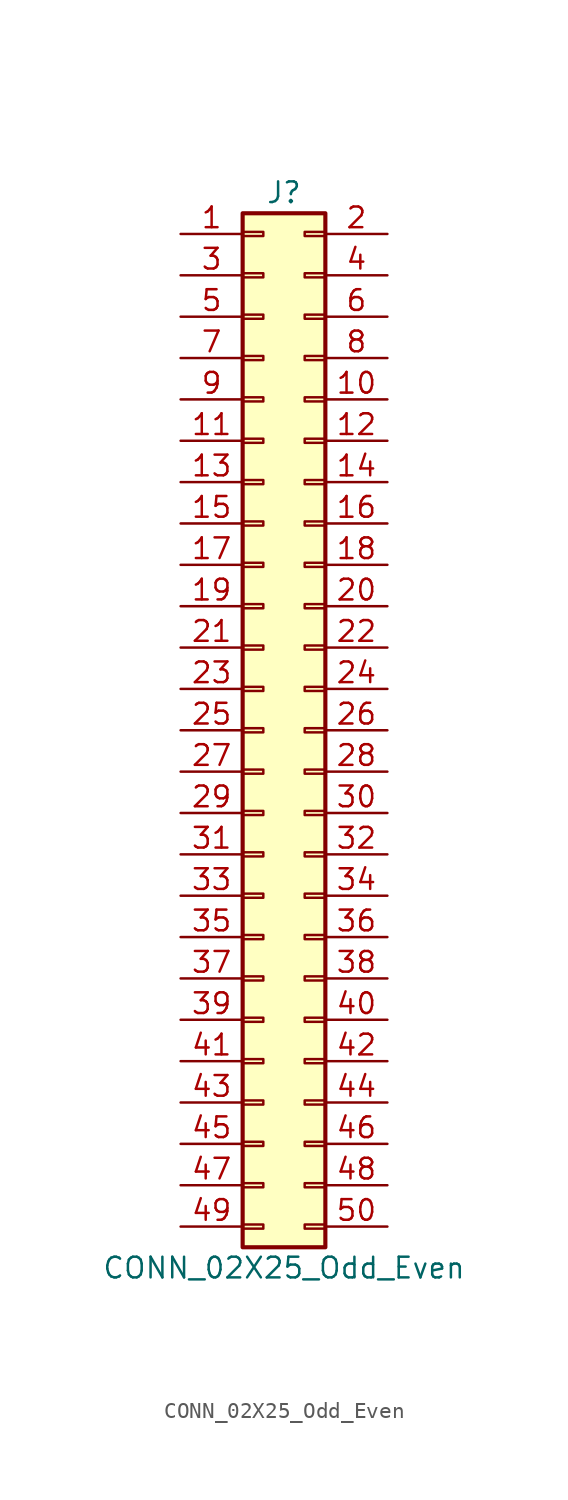
<source format=kicad_sym>
(kicad_symbol_lib
  (version 20211014)
  (generator kicad_symbol_editor)
  (symbol "CONN_02X25_Odd_Even"
    (pin_names
      (offset 1.016) hide)
    (property "Reference" "J"
      (at 1.27 33.02 0)
      (effects (font (size 1.27 1.27))))
    (property "Value" "CONN_02X25_Odd_Even"
      (at 1.27 -33.02 0)
      (effects (font (size 1.27 1.27))))
    (symbol "CONN_02X25_Odd_Even_1_1"
      (rectangle (start -1.27 -30.353) (end 0 -30.607) (stroke (width 0.152) (type default) (color 0 0 0 0)) (fill (type none)))
      (rectangle (start -1.27 -27.813) (end 0 -28.067) (stroke (width 0.152) (type default) (color 0 0 0 0)) (fill (type none)))
      (rectangle (start -1.27 -25.273) (end 0 -25.527) (stroke (width 0.152) (type default) (color 0 0 0 0)) (fill (type none)))
      (rectangle (start -1.27 -22.733) (end 0 -22.987) (stroke (width 0.152) (type default) (color 0 0 0 0)) (fill (type none)))
      (rectangle (start -1.27 -20.193) (end 0 -20.447) (stroke (width 0.152) (type default) (color 0 0 0 0)) (fill (type none)))
      (rectangle (start -1.27 -17.653) (end 0 -17.907) (stroke (width 0.152) (type default) (color 0 0 0 0)) (fill (type none)))
      (rectangle (start -1.27 -15.113) (end 0 -15.367) (stroke (width 0.152) (type default) (color 0 0 0 0)) (fill (type none)))
      (rectangle (start -1.27 -12.573) (end 0 -12.827) (stroke (width 0.152) (type default) (color 0 0 0 0)) (fill (type none)))
      (rectangle (start -1.27 -10.033) (end 0 -10.287) (stroke (width 0.152) (type default) (color 0 0 0 0)) (fill (type none)))
      (rectangle (start -1.27 -7.493) (end 0 -7.747) (stroke (width 0.152) (type default) (color 0 0 0 0)) (fill (type none)))
      (rectangle (start -1.27 -4.953) (end 0 -5.207) (stroke (width 0.152) (type default) (color 0 0 0 0)) (fill (type none)))
      (rectangle (start -1.27 -2.413) (end 0 -2.667) (stroke (width 0.152) (type default) (color 0 0 0 0)) (fill (type none)))
      (rectangle (start -1.27 0.127) (end 0 -0.127) (stroke (width 0.152) (type default) (color 0 0 0 0)) (fill (type none)))
      (rectangle (start -1.27 2.667) (end 0 2.413) (stroke (width 0.152) (type default) (color 0 0 0 0)) (fill (type none)))
      (rectangle (start -1.27 5.207) (end 0 4.953) (stroke (width 0.152) (type default) (color 0 0 0 0)) (fill (type none)))
      (rectangle (start -1.27 7.747) (end 0 7.493) (stroke (width 0.152) (type default) (color 0 0 0 0)) (fill (type none)))
      (rectangle (start -1.27 10.287) (end 0 10.033) (stroke (width 0.152) (type default) (color 0 0 0 0)) (fill (type none)))
      (rectangle (start -1.27 12.827) (end 0 12.573) (stroke (width 0.152) (type default) (color 0 0 0 0)) (fill (type none)))
      (rectangle (start -1.27 15.367) (end 0 15.113) (stroke (width 0.152) (type default) (color 0 0 0 0)) (fill (type none)))
      (rectangle (start -1.27 17.907) (end 0 17.653) (stroke (width 0.152) (type default) (color 0 0 0 0)) (fill (type none)))
      (rectangle (start -1.27 20.447) (end 0 20.193) (stroke (width 0.152) (type default) (color 0 0 0 0)) (fill (type none)))
      (rectangle (start -1.27 22.987) (end 0 22.733) (stroke (width 0.152) (type default) (color 0 0 0 0)) (fill (type none)))
      (rectangle (start -1.27 25.527) (end 0 25.273) (stroke (width 0.152) (type default) (color 0 0 0 0)) (fill (type none)))
      (rectangle (start -1.27 28.067) (end 0 27.813) (stroke (width 0.152) (type default) (color 0 0 0 0)) (fill (type none)))
      (rectangle (start -1.27 30.607) (end 0 30.353) (stroke (width 0.152) (type default) (color 0 0 0 0)) (fill (type none)))
      (rectangle (start -1.27 31.75) (end 3.81 -31.75) (stroke (width 0.254) (type default) (color 0 0 0 0)) (fill (type background)))
      (rectangle (start 3.81 -30.353) (end 2.54 -30.607) (stroke (width 0.152) (type default) (color 0 0 0 0)) (fill (type none)))
      (rectangle (start 3.81 -27.813) (end 2.54 -28.067) (stroke (width 0.152) (type default) (color 0 0 0 0)) (fill (type none)))
      (rectangle (start 3.81 -25.273) (end 2.54 -25.527) (stroke (width 0.152) (type default) (color 0 0 0 0)) (fill (type none)))
      (rectangle (start 3.81 -22.733) (end 2.54 -22.987) (stroke (width 0.152) (type default) (color 0 0 0 0)) (fill (type none)))
      (rectangle (start 3.81 -20.193) (end 2.54 -20.447) (stroke (width 0.152) (type default) (color 0 0 0 0)) (fill (type none)))
      (rectangle (start 3.81 -17.653) (end 2.54 -17.907) (stroke (width 0.152) (type default) (color 0 0 0 0)) (fill (type none)))
      (rectangle (start 3.81 -15.113) (end 2.54 -15.367) (stroke (width 0.152) (type default) (color 0 0 0 0)) (fill (type none)))
      (rectangle (start 3.81 -12.573) (end 2.54 -12.827) (stroke (width 0.152) (type default) (color 0 0 0 0)) (fill (type none)))
      (rectangle (start 3.81 -10.033) (end 2.54 -10.287) (stroke (width 0.152) (type default) (color 0 0 0 0)) (fill (type none)))
      (rectangle (start 3.81 -7.493) (end 2.54 -7.747) (stroke (width 0.152) (type default) (color 0 0 0 0)) (fill (type none)))
      (rectangle (start 3.81 -4.953) (end 2.54 -5.207) (stroke (width 0.152) (type default) (color 0 0 0 0)) (fill (type none)))
      (rectangle (start 3.81 -2.413) (end 2.54 -2.667) (stroke (width 0.152) (type default) (color 0 0 0 0)) (fill (type none)))
      (rectangle (start 3.81 0.127) (end 2.54 -0.127) (stroke (width 0.152) (type default) (color 0 0 0 0)) (fill (type none)))
      (rectangle (start 3.81 2.667) (end 2.54 2.413) (stroke (width 0.152) (type default) (color 0 0 0 0)) (fill (type none)))
      (rectangle (start 3.81 5.207) (end 2.54 4.953) (stroke (width 0.152) (type default) (color 0 0 0 0)) (fill (type none)))
      (rectangle (start 3.81 7.747) (end 2.54 7.493) (stroke (width 0.152) (type default) (color 0 0 0 0)) (fill (type none)))
      (rectangle (start 3.81 10.287) (end 2.54 10.033) (stroke (width 0.152) (type default) (color 0 0 0 0)) (fill (type none)))
      (rectangle (start 3.81 12.827) (end 2.54 12.573) (stroke (width 0.152) (type default) (color 0 0 0 0)) (fill (type none)))
      (rectangle (start 3.81 15.367) (end 2.54 15.113) (stroke (width 0.152) (type default) (color 0 0 0 0)) (fill (type none)))
      (rectangle (start 3.81 17.907) (end 2.54 17.653) (stroke (width 0.152) (type default) (color 0 0 0 0)) (fill (type none)))
      (rectangle (start 3.81 20.447) (end 2.54 20.193) (stroke (width 0.152) (type default) (color 0 0 0 0)) (fill (type none)))
      (rectangle (start 3.81 22.987) (end 2.54 22.733) (stroke (width 0.152) (type default) (color 0 0 0 0)) (fill (type none)))
      (rectangle (start 3.81 25.527) (end 2.54 25.273) (stroke (width 0.152) (type default) (color 0 0 0 0)) (fill (type none)))
      (rectangle (start 3.81 28.067) (end 2.54 27.813) (stroke (width 0.152) (type default) (color 0 0 0 0)) (fill (type none)))
      (rectangle (start 3.81 30.607) (end 2.54 30.353) (stroke (width 0.152) (type default) (color 0 0 0 0)) (fill (type none)))
      (pin passive line (at -5.08 30.48 0) (length 3.81) (name "Pin_1" (effects (font (size 1.27 1.27)))) (number "1" (effects (font (size 1.27 1.27)))))
      (pin passive line (at 7.62 20.32 180) (length 3.81) (name "Pin_10" (effects (font (size 1.27 1.27)))) (number "10" (effects (font (size 1.27 1.27)))))
      (pin passive line (at -5.08 17.78 0) (length 3.81) (name "Pin_11" (effects (font (size 1.27 1.27)))) (number "11" (effects (font (size 1.27 1.27)))))
      (pin passive line (at 7.62 17.78 180) (length 3.81) (name "Pin_12" (effects (font (size 1.27 1.27)))) (number "12" (effects (font (size 1.27 1.27)))))
      (pin passive line (at -5.08 15.24 0) (length 3.81) (name "Pin_13" (effects (font (size 1.27 1.27)))) (number "13" (effects (font (size 1.27 1.27)))))
      (pin passive line (at 7.62 15.24 180) (length 3.81) (name "Pin_14" (effects (font (size 1.27 1.27)))) (number "14" (effects (font (size 1.27 1.27)))))
      (pin passive line (at -5.08 12.7 0) (length 3.81) (name "Pin_15" (effects (font (size 1.27 1.27)))) (number "15" (effects (font (size 1.27 1.27)))))
      (pin passive line (at 7.62 12.7 180) (length 3.81) (name "Pin_16" (effects (font (size 1.27 1.27)))) (number "16" (effects (font (size 1.27 1.27)))))
      (pin passive line (at -5.08 10.16 0) (length 3.81) (name "Pin_17" (effects (font (size 1.27 1.27)))) (number "17" (effects (font (size 1.27 1.27)))))
      (pin passive line (at 7.62 10.16 180) (length 3.81) (name "Pin_18" (effects (font (size 1.27 1.27)))) (number "18" (effects (font (size 1.27 1.27)))))
      (pin passive line (at -5.08 7.62 0) (length 3.81) (name "Pin_19" (effects (font (size 1.27 1.27)))) (number "19" (effects (font (size 1.27 1.27)))))
      (pin passive line (at 7.62 30.48 180) (length 3.81) (name "Pin_2" (effects (font (size 1.27 1.27)))) (number "2" (effects (font (size 1.27 1.27)))))
      (pin passive line (at 7.62 7.62 180) (length 3.81) (name "Pin_20" (effects (font (size 1.27 1.27)))) (number "20" (effects (font (size 1.27 1.27)))))
      (pin passive line (at -5.08 5.08 0) (length 3.81) (name "Pin_21" (effects (font (size 1.27 1.27)))) (number "21" (effects (font (size 1.27 1.27)))))
      (pin passive line (at 7.62 5.08 180) (length 3.81) (name "Pin_22" (effects (font (size 1.27 1.27)))) (number "22" (effects (font (size 1.27 1.27)))))
      (pin passive line (at -5.08 2.54 0) (length 3.81) (name "Pin_23" (effects (font (size 1.27 1.27)))) (number "23" (effects (font (size 1.27 1.27)))))
      (pin passive line (at 7.62 2.54 180) (length 3.81) (name "Pin_24" (effects (font (size 1.27 1.27)))) (number "24" (effects (font (size 1.27 1.27)))))
      (pin passive line (at -5.08 0 0) (length 3.81) (name "Pin_25" (effects (font (size 1.27 1.27)))) (number "25" (effects (font (size 1.27 1.27)))))
      (pin passive line (at 7.62 0 180) (length 3.81) (name "Pin_26" (effects (font (size 1.27 1.27)))) (number "26" (effects (font (size 1.27 1.27)))))
      (pin passive line (at -5.08 -2.54 0) (length 3.81) (name "Pin_27" (effects (font (size 1.27 1.27)))) (number "27" (effects (font (size 1.27 1.27)))))
      (pin passive line (at 7.62 -2.54 180) (length 3.81) (name "Pin_28" (effects (font (size 1.27 1.27)))) (number "28" (effects (font (size 1.27 1.27)))))
      (pin passive line (at -5.08 -5.08 0) (length 3.81) (name "Pin_29" (effects (font (size 1.27 1.27)))) (number "29" (effects (font (size 1.27 1.27)))))
      (pin passive line (at -5.08 27.94 0) (length 3.81) (name "Pin_3" (effects (font (size 1.27 1.27)))) (number "3" (effects (font (size 1.27 1.27)))))
      (pin passive line (at 7.62 -5.08 180) (length 3.81) (name "Pin_30" (effects (font (size 1.27 1.27)))) (number "30" (effects (font (size 1.27 1.27)))))
      (pin passive line (at -5.08 -7.62 0) (length 3.81) (name "Pin_31" (effects (font (size 1.27 1.27)))) (number "31" (effects (font (size 1.27 1.27)))))
      (pin passive line (at 7.62 -7.62 180) (length 3.81) (name "Pin_32" (effects (font (size 1.27 1.27)))) (number "32" (effects (font (size 1.27 1.27)))))
      (pin passive line (at -5.08 -10.16 0) (length 3.81) (name "Pin_33" (effects (font (size 1.27 1.27)))) (number "33" (effects (font (size 1.27 1.27)))))
      (pin passive line (at 7.62 -10.16 180) (length 3.81) (name "Pin_34" (effects (font (size 1.27 1.27)))) (number "34" (effects (font (size 1.27 1.27)))))
      (pin passive line (at -5.08 -12.7 0) (length 3.81) (name "Pin_35" (effects (font (size 1.27 1.27)))) (number "35" (effects (font (size 1.27 1.27)))))
      (pin passive line (at 7.62 -12.7 180) (length 3.81) (name "Pin_36" (effects (font (size 1.27 1.27)))) (number "36" (effects (font (size 1.27 1.27)))))
      (pin passive line (at -5.08 -15.24 0) (length 3.81) (name "Pin_37" (effects (font (size 1.27 1.27)))) (number "37" (effects (font (size 1.27 1.27)))))
      (pin passive line (at 7.62 -15.24 180) (length 3.81) (name "Pin_38" (effects (font (size 1.27 1.27)))) (number "38" (effects (font (size 1.27 1.27)))))
      (pin passive line (at -5.08 -17.78 0) (length 3.81) (name "Pin_39" (effects (font (size 1.27 1.27)))) (number "39" (effects (font (size 1.27 1.27)))))
      (pin passive line (at 7.62 27.94 180) (length 3.81) (name "Pin_4" (effects (font (size 1.27 1.27)))) (number "4" (effects (font (size 1.27 1.27)))))
      (pin passive line (at 7.62 -17.78 180) (length 3.81) (name "Pin_40" (effects (font (size 1.27 1.27)))) (number "40" (effects (font (size 1.27 1.27)))))
      (pin passive line (at -5.08 -20.32 0) (length 3.81) (name "Pin_41" (effects (font (size 1.27 1.27)))) (number "41" (effects (font (size 1.27 1.27)))))
      (pin passive line (at 7.62 -20.32 180) (length 3.81) (name "Pin_42" (effects (font (size 1.27 1.27)))) (number "42" (effects (font (size 1.27 1.27)))))
      (pin passive line (at -5.08 -22.86 0) (length 3.81) (name "Pin_43" (effects (font (size 1.27 1.27)))) (number "43" (effects (font (size 1.27 1.27)))))
      (pin passive line (at 7.62 -22.86 180) (length 3.81) (name "Pin_44" (effects (font (size 1.27 1.27)))) (number "44" (effects (font (size 1.27 1.27)))))
      (pin passive line (at -5.08 -25.4 0) (length 3.81) (name "Pin_45" (effects (font (size 1.27 1.27)))) (number "45" (effects (font (size 1.27 1.27)))))
      (pin passive line (at 7.62 -25.4 180) (length 3.81) (name "Pin_46" (effects (font (size 1.27 1.27)))) (number "46" (effects (font (size 1.27 1.27)))))
      (pin passive line (at -5.08 -27.94 0) (length 3.81) (name "Pin_47" (effects (font (size 1.27 1.27)))) (number "47" (effects (font (size 1.27 1.27)))))
      (pin passive line (at 7.62 -27.94 180) (length 3.81) (name "Pin_48" (effects (font (size 1.27 1.27)))) (number "48" (effects (font (size 1.27 1.27)))))
      (pin passive line (at -5.08 -30.48 0) (length 3.81) (name "Pin_49" (effects (font (size 1.27 1.27)))) (number "49" (effects (font (size 1.27 1.27)))))
      (pin passive line (at -5.08 25.4 0) (length 3.81) (name "Pin_5" (effects (font (size 1.27 1.27)))) (number "5" (effects (font (size 1.27 1.27)))))
      (pin passive line (at 7.62 -30.48 180) (length 3.81) (name "Pin_50" (effects (font (size 1.27 1.27)))) (number "50" (effects (font (size 1.27 1.27)))))
      (pin passive line (at 7.62 25.4 180) (length 3.81) (name "Pin_6" (effects (font (size 1.27 1.27)))) (number "6" (effects (font (size 1.27 1.27)))))
      (pin passive line (at -5.08 22.86 0) (length 3.81) (name "Pin_7" (effects (font (size 1.27 1.27)))) (number "7" (effects (font (size 1.27 1.27)))))
      (pin passive line (at 7.62 22.86 180) (length 3.81) (name "Pin_8" (effects (font (size 1.27 1.27)))) (number "8" (effects (font (size 1.27 1.27)))))
      (pin passive line (at -5.08 20.32 0) (length 3.81) (name "Pin_9" (effects (font (size 1.27 1.27)))) (number "9" (effects (font (size 1.27 1.27))))))))
</source>
